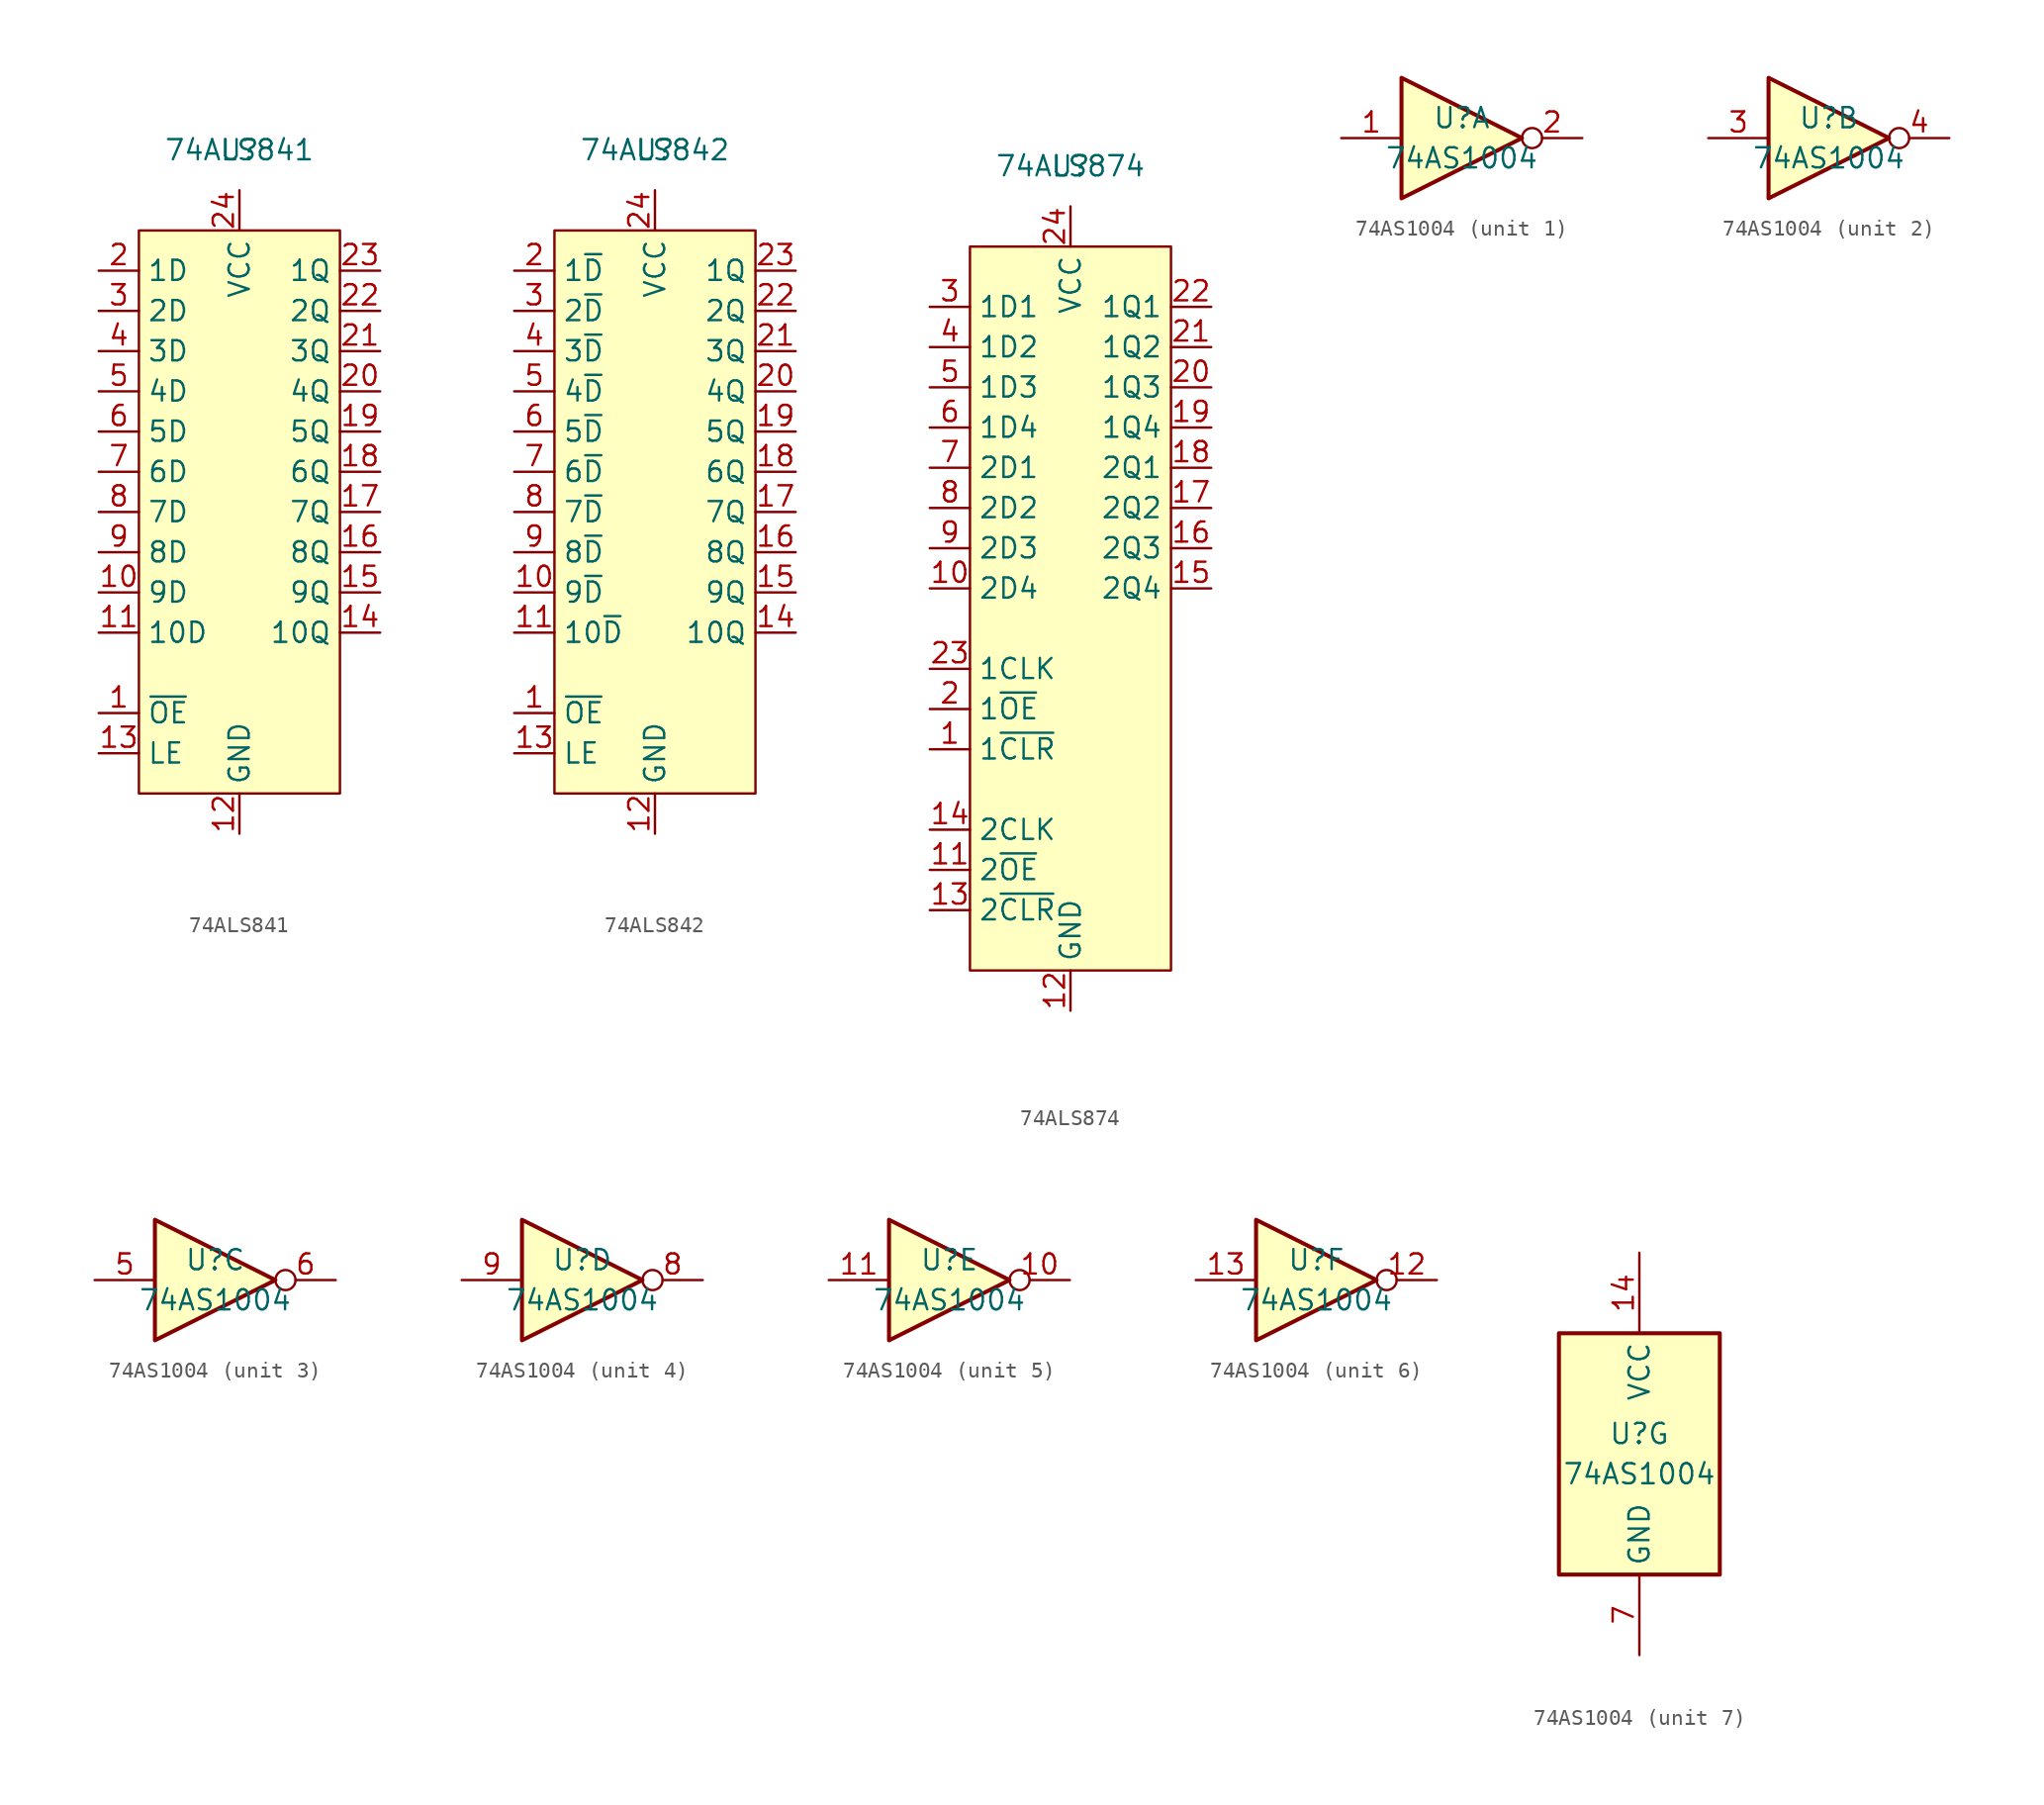
<source format=kicad_sym>
(kicad_symbol_lib
  (version 20220914)
  (generator kicad_symbol_editor)
  (symbol "74ALS841"
    (property "Reference" "U"
      (at 0 0 0)
      (effects (font (size 1.27 1.27))))
    (property "Value" "74ALS841"
      (at 0 0 0)
      (effects (font (size 1.27 1.27))))
    (symbol "74ALS841_1_1"
      (rectangle (start -6.35 -5.08) (end 6.35 -40.64) (stroke (width 0) (type default)) (fill (type background)))
      (pin input line (at -8.89 -35.56 0) (length 2.54) (name "~{OE}" (effects (font (size 1.27 1.27)))) (number "1" (effects (font (size 1.27 1.27)))))
      (pin input line (at -8.89 -27.94 0) (length 2.54) (name "9D" (effects (font (size 1.27 1.27)))) (number "10" (effects (font (size 1.27 1.27)))))
      (pin input line (at -8.89 -30.48 0) (length 2.54) (name "10D" (effects (font (size 1.27 1.27)))) (number "11" (effects (font (size 1.27 1.27)))))
      (pin power_in line (at 0 -43.18 90) (length 2.54) (name "GND" (effects (font (size 1.27 1.27)))) (number "12" (effects (font (size 1.27 1.27)))))
      (pin input line (at -8.89 -38.1 0) (length 2.54) (name "LE" (effects (font (size 1.27 1.27)))) (number "13" (effects (font (size 1.27 1.27)))))
      (pin tri_state line (at 8.89 -30.48 180) (length 2.54) (name "10Q" (effects (font (size 1.27 1.27)))) (number "14" (effects (font (size 1.27 1.27)))))
      (pin tri_state line (at 8.89 -27.94 180) (length 2.54) (name "9Q" (effects (font (size 1.27 1.27)))) (number "15" (effects (font (size 1.27 1.27)))))
      (pin tri_state line (at 8.89 -25.4 180) (length 2.54) (name "8Q" (effects (font (size 1.27 1.27)))) (number "16" (effects (font (size 1.27 1.27)))))
      (pin tri_state line (at 8.89 -22.86 180) (length 2.54) (name "7Q" (effects (font (size 1.27 1.27)))) (number "17" (effects (font (size 1.27 1.27)))))
      (pin tri_state line (at 8.89 -20.32 180) (length 2.54) (name "6Q" (effects (font (size 1.27 1.27)))) (number "18" (effects (font (size 1.27 1.27)))))
      (pin tri_state line (at 8.89 -17.78 180) (length 2.54) (name "5Q" (effects (font (size 1.27 1.27)))) (number "19" (effects (font (size 1.27 1.27)))))
      (pin input line (at -8.89 -7.62 0) (length 2.54) (name "1D" (effects (font (size 1.27 1.27)))) (number "2" (effects (font (size 1.27 1.27)))))
      (pin tri_state line (at 8.89 -15.24 180) (length 2.54) (name "4Q" (effects (font (size 1.27 1.27)))) (number "20" (effects (font (size 1.27 1.27)))))
      (pin tri_state line (at 8.89 -12.7 180) (length 2.54) (name "3Q" (effects (font (size 1.27 1.27)))) (number "21" (effects (font (size 1.27 1.27)))))
      (pin tri_state line (at 8.89 -10.16 180) (length 2.54) (name "2Q" (effects (font (size 1.27 1.27)))) (number "22" (effects (font (size 1.27 1.27)))))
      (pin tri_state line (at 8.89 -7.62 180) (length 2.54) (name "1Q" (effects (font (size 1.27 1.27)))) (number "23" (effects (font (size 1.27 1.27)))))
      (pin power_in line (at 0 -2.54 270) (length 2.54) (name "VCC" (effects (font (size 1.27 1.27)))) (number "24" (effects (font (size 1.27 1.27)))))
      (pin input line (at -8.89 -10.16 0) (length 2.54) (name "2D" (effects (font (size 1.27 1.27)))) (number "3" (effects (font (size 1.27 1.27)))))
      (pin input line (at -8.89 -12.7 0) (length 2.54) (name "3D" (effects (font (size 1.27 1.27)))) (number "4" (effects (font (size 1.27 1.27)))))
      (pin input line (at -8.89 -15.24 0) (length 2.54) (name "4D" (effects (font (size 1.27 1.27)))) (number "5" (effects (font (size 1.27 1.27)))))
      (pin input line (at -8.89 -17.78 0) (length 2.54) (name "5D" (effects (font (size 1.27 1.27)))) (number "6" (effects (font (size 1.27 1.27)))))
      (pin input line (at -8.89 -20.32 0) (length 2.54) (name "6D" (effects (font (size 1.27 1.27)))) (number "7" (effects (font (size 1.27 1.27)))))
      (pin input line (at -8.89 -22.86 0) (length 2.54) (name "7D" (effects (font (size 1.27 1.27)))) (number "8" (effects (font (size 1.27 1.27)))))
      (pin input line (at -8.89 -25.4 0) (length 2.54) (name "8D" (effects (font (size 1.27 1.27)))) (number "9" (effects (font (size 1.27 1.27)))))))
  (symbol "74ALS842"
    (property "Reference" "U"
      (at 0 0 0)
      (effects (font (size 1.27 1.27))))
    (property "Value" "74ALS842"
      (at 0 0 0)
      (effects (font (size 1.27 1.27))))
    (symbol "74ALS842_1_1"
      (rectangle (start -6.35 -5.08) (end 6.35 -40.64) (stroke (width 0) (type default)) (fill (type background)))
      (pin input line (at -8.89 -35.56 0) (length 2.54) (name "~{OE}" (effects (font (size 1.27 1.27)))) (number "1" (effects (font (size 1.27 1.27)))))
      (pin input line (at -8.89 -27.94 0) (length 2.54) (name "9~{D}" (effects (font (size 1.27 1.27)))) (number "10" (effects (font (size 1.27 1.27)))))
      (pin input line (at -8.89 -30.48 0) (length 2.54) (name "10~{D}" (effects (font (size 1.27 1.27)))) (number "11" (effects (font (size 1.27 1.27)))))
      (pin power_in line (at 0 -43.18 90) (length 2.54) (name "GND" (effects (font (size 1.27 1.27)))) (number "12" (effects (font (size 1.27 1.27)))))
      (pin input line (at -8.89 -38.1 0) (length 2.54) (name "LE" (effects (font (size 1.27 1.27)))) (number "13" (effects (font (size 1.27 1.27)))))
      (pin tri_state line (at 8.89 -30.48 180) (length 2.54) (name "10Q" (effects (font (size 1.27 1.27)))) (number "14" (effects (font (size 1.27 1.27)))))
      (pin tri_state line (at 8.89 -27.94 180) (length 2.54) (name "9Q" (effects (font (size 1.27 1.27)))) (number "15" (effects (font (size 1.27 1.27)))))
      (pin tri_state line (at 8.89 -25.4 180) (length 2.54) (name "8Q" (effects (font (size 1.27 1.27)))) (number "16" (effects (font (size 1.27 1.27)))))
      (pin tri_state line (at 8.89 -22.86 180) (length 2.54) (name "7Q" (effects (font (size 1.27 1.27)))) (number "17" (effects (font (size 1.27 1.27)))))
      (pin tri_state line (at 8.89 -20.32 180) (length 2.54) (name "6Q" (effects (font (size 1.27 1.27)))) (number "18" (effects (font (size 1.27 1.27)))))
      (pin tri_state line (at 8.89 -17.78 180) (length 2.54) (name "5Q" (effects (font (size 1.27 1.27)))) (number "19" (effects (font (size 1.27 1.27)))))
      (pin input line (at -8.89 -7.62 0) (length 2.54) (name "1~{D}" (effects (font (size 1.27 1.27)))) (number "2" (effects (font (size 1.27 1.27)))))
      (pin tri_state line (at 8.89 -15.24 180) (length 2.54) (name "4Q" (effects (font (size 1.27 1.27)))) (number "20" (effects (font (size 1.27 1.27)))))
      (pin tri_state line (at 8.89 -12.7 180) (length 2.54) (name "3Q" (effects (font (size 1.27 1.27)))) (number "21" (effects (font (size 1.27 1.27)))))
      (pin tri_state line (at 8.89 -10.16 180) (length 2.54) (name "2Q" (effects (font (size 1.27 1.27)))) (number "22" (effects (font (size 1.27 1.27)))))
      (pin tri_state line (at 8.89 -7.62 180) (length 2.54) (name "1Q" (effects (font (size 1.27 1.27)))) (number "23" (effects (font (size 1.27 1.27)))))
      (pin power_in line (at 0 -2.54 270) (length 2.54) (name "VCC" (effects (font (size 1.27 1.27)))) (number "24" (effects (font (size 1.27 1.27)))))
      (pin input line (at -8.89 -10.16 0) (length 2.54) (name "2~{D}" (effects (font (size 1.27 1.27)))) (number "3" (effects (font (size 1.27 1.27)))))
      (pin input line (at -8.89 -12.7 0) (length 2.54) (name "3~{D}" (effects (font (size 1.27 1.27)))) (number "4" (effects (font (size 1.27 1.27)))))
      (pin input line (at -8.89 -15.24 0) (length 2.54) (name "4~{D}" (effects (font (size 1.27 1.27)))) (number "5" (effects (font (size 1.27 1.27)))))
      (pin input line (at -8.89 -17.78 0) (length 2.54) (name "5~{D}" (effects (font (size 1.27 1.27)))) (number "6" (effects (font (size 1.27 1.27)))))
      (pin input line (at -8.89 -20.32 0) (length 2.54) (name "6~{D}" (effects (font (size 1.27 1.27)))) (number "7" (effects (font (size 1.27 1.27)))))
      (pin input line (at -8.89 -22.86 0) (length 2.54) (name "7~{D}" (effects (font (size 1.27 1.27)))) (number "8" (effects (font (size 1.27 1.27)))))
      (pin input line (at -8.89 -25.4 0) (length 2.54) (name "8~{D}" (effects (font (size 1.27 1.27)))) (number "9" (effects (font (size 1.27 1.27)))))))
  (symbol "74ALS874"
    (property "Reference" "U"
      (at 0 0 0)
      (effects (font (size 1.27 1.27))))
    (property "Value" "74ALS874"
      (at 0 0 0)
      (effects (font (size 1.27 1.27))))
    (symbol "74ALS874_1_1"
      (rectangle (start -6.35 -5.08) (end 6.35 -50.8) (stroke (width 0) (type default)) (fill (type background)))
      (pin input line (at -8.89 -36.83 0) (length 2.54) (name "1~{CLR}" (effects (font (size 1.27 1.27)))) (number "1" (effects (font (size 1.27 1.27)))))
      (pin input line (at -8.89 -26.67 0) (length 2.54) (name "2D4" (effects (font (size 1.27 1.27)))) (number "10" (effects (font (size 1.27 1.27)))))
      (pin input line (at -8.89 -44.45 0) (length 2.54) (name "2~{OE}" (effects (font (size 1.27 1.27)))) (number "11" (effects (font (size 1.27 1.27)))))
      (pin power_in line (at 0 -53.34 90) (length 2.54) (name "GND" (effects (font (size 1.27 1.27)))) (number "12" (effects (font (size 1.27 1.27)))))
      (pin input line (at -8.89 -46.99 0) (length 2.54) (name "2~{CLR}" (effects (font (size 1.27 1.27)))) (number "13" (effects (font (size 1.27 1.27)))))
      (pin input line (at -8.89 -41.91 0) (length 2.54) (name "2CLK" (effects (font (size 1.27 1.27)))) (number "14" (effects (font (size 1.27 1.27)))))
      (pin tri_state line (at 8.89 -26.67 180) (length 2.54) (name "2Q4" (effects (font (size 1.27 1.27)))) (number "15" (effects (font (size 1.27 1.27)))))
      (pin tri_state line (at 8.89 -24.13 180) (length 2.54) (name "2Q3" (effects (font (size 1.27 1.27)))) (number "16" (effects (font (size 1.27 1.27)))))
      (pin tri_state line (at 8.89 -21.59 180) (length 2.54) (name "2Q2" (effects (font (size 1.27 1.27)))) (number "17" (effects (font (size 1.27 1.27)))))
      (pin tri_state line (at 8.89 -19.05 180) (length 2.54) (name "2Q1" (effects (font (size 1.27 1.27)))) (number "18" (effects (font (size 1.27 1.27)))))
      (pin tri_state line (at 8.89 -16.51 180) (length 2.54) (name "1Q4" (effects (font (size 1.27 1.27)))) (number "19" (effects (font (size 1.27 1.27)))))
      (pin input line (at -8.89 -34.29 0) (length 2.54) (name "1~{OE}" (effects (font (size 1.27 1.27)))) (number "2" (effects (font (size 1.27 1.27)))))
      (pin tri_state line (at 8.89 -13.97 180) (length 2.54) (name "1Q3" (effects (font (size 1.27 1.27)))) (number "20" (effects (font (size 1.27 1.27)))))
      (pin tri_state line (at 8.89 -11.43 180) (length 2.54) (name "1Q2" (effects (font (size 1.27 1.27)))) (number "21" (effects (font (size 1.27 1.27)))))
      (pin tri_state line (at 8.89 -8.89 180) (length 2.54) (name "1Q1" (effects (font (size 1.27 1.27)))) (number "22" (effects (font (size 1.27 1.27)))))
      (pin input line (at -8.89 -31.75 0) (length 2.54) (name "1CLK" (effects (font (size 1.27 1.27)))) (number "23" (effects (font (size 1.27 1.27)))))
      (pin power_in line (at 0 -2.54 270) (length 2.54) (name "VCC" (effects (font (size 1.27 1.27)))) (number "24" (effects (font (size 1.27 1.27)))))
      (pin input line (at -8.89 -8.89 0) (length 2.54) (name "1D1" (effects (font (size 1.27 1.27)))) (number "3" (effects (font (size 1.27 1.27)))))
      (pin input line (at -8.89 -11.43 0) (length 2.54) (name "1D2" (effects (font (size 1.27 1.27)))) (number "4" (effects (font (size 1.27 1.27)))))
      (pin input line (at -8.89 -13.97 0) (length 2.54) (name "1D3" (effects (font (size 1.27 1.27)))) (number "5" (effects (font (size 1.27 1.27)))))
      (pin input line (at -8.89 -16.51 0) (length 2.54) (name "1D4" (effects (font (size 1.27 1.27)))) (number "6" (effects (font (size 1.27 1.27)))))
      (pin input line (at -8.89 -19.05 0) (length 2.54) (name "2D1" (effects (font (size 1.27 1.27)))) (number "7" (effects (font (size 1.27 1.27)))))
      (pin input line (at -8.89 -21.59 0) (length 2.54) (name "2D2" (effects (font (size 1.27 1.27)))) (number "8" (effects (font (size 1.27 1.27)))))
      (pin input line (at -8.89 -24.13 0) (length 2.54) (name "2D3" (effects (font (size 1.27 1.27)))) (number "9" (effects (font (size 1.27 1.27)))))))
  (symbol "74AS1004"
    (property "Reference" "U"
      (at 0 1.27 0)
      (effects (font (size 1.27 1.27))))
    (property "Value" "74AS1004"
      (at 0 -1.27 0)
      (effects (font (size 1.27 1.27))))
    (property "ki_locked" ""
      (at 0 0 0)
      (effects (font (size 1.27 1.27))))
    (symbol "74AS1004_1_0"
      (polyline (pts (xy -3.81 3.81) (xy -3.81 -3.81) (xy 3.81 0) (xy -3.81 3.81)) (stroke (width 0.254) (type default)) (fill (type background)))
      (pin input line (at -7.62 0 0) (length 3.81) (name "~" (effects (font (size 1.27 1.27)))) (number "1" (effects (font (size 1.27 1.27)))))
      (pin output inverted (at 7.62 0 180) (length 3.81) (name "~" (effects (font (size 1.27 1.27)))) (number "2" (effects (font (size 1.27 1.27))))))
    (symbol "74AS1004_2_0"
      (polyline (pts (xy -3.81 3.81) (xy -3.81 -3.81) (xy 3.81 0) (xy -3.81 3.81)) (stroke (width 0.254) (type default)) (fill (type background)))
      (pin input line (at -7.62 0 0) (length 3.81) (name "~" (effects (font (size 1.27 1.27)))) (number "3" (effects (font (size 1.27 1.27)))))
      (pin output inverted (at 7.62 0 180) (length 3.81) (name "~" (effects (font (size 1.27 1.27)))) (number "4" (effects (font (size 1.27 1.27))))))
    (symbol "74AS1004_3_0"
      (polyline (pts (xy -3.81 3.81) (xy -3.81 -3.81) (xy 3.81 0) (xy -3.81 3.81)) (stroke (width 0.254) (type default)) (fill (type background)))
      (pin input line (at -7.62 0 0) (length 3.81) (name "~" (effects (font (size 1.27 1.27)))) (number "5" (effects (font (size 1.27 1.27)))))
      (pin output inverted (at 7.62 0 180) (length 3.81) (name "~" (effects (font (size 1.27 1.27)))) (number "6" (effects (font (size 1.27 1.27))))))
    (symbol "74AS1004_4_0"
      (polyline (pts (xy -3.81 3.81) (xy -3.81 -3.81) (xy 3.81 0) (xy -3.81 3.81)) (stroke (width 0.254) (type default)) (fill (type background)))
      (pin output inverted (at 7.62 0 180) (length 3.81) (name "~" (effects (font (size 1.27 1.27)))) (number "8" (effects (font (size 1.27 1.27)))))
      (pin input line (at -7.62 0 0) (length 3.81) (name "~" (effects (font (size 1.27 1.27)))) (number "9" (effects (font (size 1.27 1.27))))))
    (symbol "74AS1004_5_0"
      (polyline (pts (xy -3.81 3.81) (xy -3.81 -3.81) (xy 3.81 0) (xy -3.81 3.81)) (stroke (width 0.254) (type default)) (fill (type background)))
      (pin output inverted (at 7.62 0 180) (length 3.81) (name "~" (effects (font (size 1.27 1.27)))) (number "10" (effects (font (size 1.27 1.27)))))
      (pin input line (at -7.62 0 0) (length 3.81) (name "~" (effects (font (size 1.27 1.27)))) (number "11" (effects (font (size 1.27 1.27))))))
    (symbol "74AS1004_6_0"
      (polyline (pts (xy -3.81 3.81) (xy -3.81 -3.81) (xy 3.81 0) (xy -3.81 3.81)) (stroke (width 0.254) (type default)) (fill (type background)))
      (pin output inverted (at 7.62 0 180) (length 3.81) (name "~" (effects (font (size 1.27 1.27)))) (number "12" (effects (font (size 1.27 1.27)))))
      (pin input line (at -7.62 0 0) (length 3.81) (name "~" (effects (font (size 1.27 1.27)))) (number "13" (effects (font (size 1.27 1.27))))))
    (symbol "74AS1004_7_0"
      (pin power_in line (at 0 12.7 270) (length 5.08) (name "VCC" (effects (font (size 1.27 1.27)))) (number "14" (effects (font (size 1.27 1.27)))))
      (pin power_in line (at 0 -12.7 90) (length 5.08) (name "GND" (effects (font (size 1.27 1.27)))) (number "7" (effects (font (size 1.27 1.27))))))
    (symbol "74AS1004_7_1"
      (rectangle (start -5.08 7.62) (end 5.08 -7.62) (stroke (width 0.254) (type default)) (fill (type background))))))
</source>
